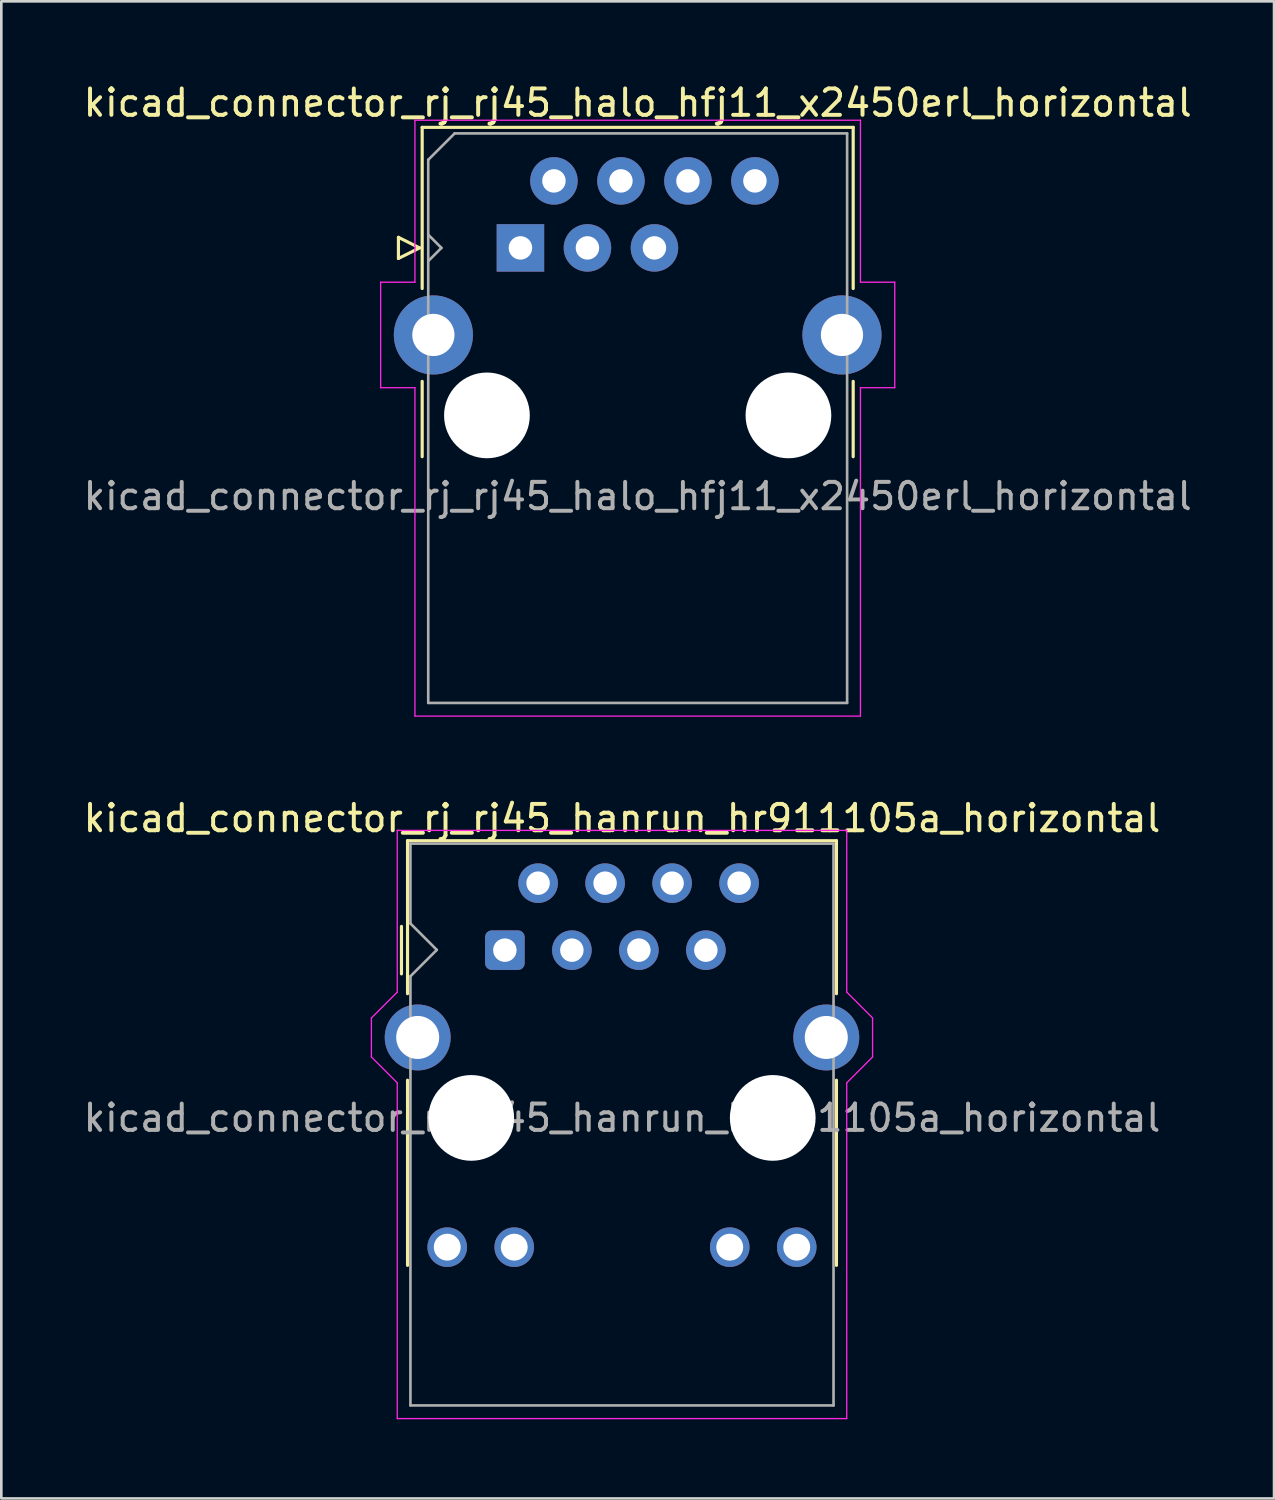
<source format=kicad_pcb>
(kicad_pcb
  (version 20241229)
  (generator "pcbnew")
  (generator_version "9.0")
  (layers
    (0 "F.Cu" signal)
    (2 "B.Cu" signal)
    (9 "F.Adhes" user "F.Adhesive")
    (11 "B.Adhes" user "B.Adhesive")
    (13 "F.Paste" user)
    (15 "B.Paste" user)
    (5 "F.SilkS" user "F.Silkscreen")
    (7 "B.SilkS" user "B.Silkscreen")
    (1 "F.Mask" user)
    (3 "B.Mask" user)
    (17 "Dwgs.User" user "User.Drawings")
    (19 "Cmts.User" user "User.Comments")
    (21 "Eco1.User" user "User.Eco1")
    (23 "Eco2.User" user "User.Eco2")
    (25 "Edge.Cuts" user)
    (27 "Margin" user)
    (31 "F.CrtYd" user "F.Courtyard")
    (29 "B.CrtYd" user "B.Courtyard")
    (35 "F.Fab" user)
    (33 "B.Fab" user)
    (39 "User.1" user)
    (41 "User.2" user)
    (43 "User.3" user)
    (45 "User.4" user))
  (footprint "kicad_connector_rj_rj45_halo_hfj11_x2450erl_horizontal"
    (layer "F.Cu")
    (at 16.68 6.348)
    (property "Reference" "kicad_connector_rj_rj45_halo_hfj11_x2450erl_horizontal" (at 4.445 -5.5 0) (layer "F.SilkS") (effects (font (size 1 1) (thickness 0.15))))
    (attr through_hole)
    (fp_line (start -4.625 -0.4) (end -4.625 0.4) (stroke (width 0.12) (type solid)) (layer "F.SilkS"))
    (fp_line (start -4.625 0.4) (end -3.825 0) (stroke (width 0.12) (type solid)) (layer "F.SilkS"))
    (fp_line (start -3.825 0) (end -4.625 -0.4) (stroke (width 0.12) (type solid)) (layer "F.SilkS"))
    (fp_line (start -3.725 -4.57) (end -3.725 1.54) (stroke (width 0.12) (type solid)) (layer "F.SilkS"))
    (fp_line (start -3.725 7.915) (end -3.725 5.06) (stroke (width 0.12) (type solid)) (layer "F.SilkS"))
    (fp_line (start 12.615 -4.57) (end -3.725 -4.57) (stroke (width 0.12) (type solid)) (layer "F.SilkS"))
    (fp_line (start 12.615 -4.57) (end 12.615 1.54) (stroke (width 0.12) (type solid)) (layer "F.SilkS"))
    (fp_line (start 12.615 7.915) (end 12.615 5.06) (stroke (width 0.12) (type solid)) (layer "F.SilkS"))
    (fp_line (start -5.3 1.3) (end -5.3 5.3) (stroke (width 0.05) (type default)) (layer "F.CrtYd"))
    (fp_line (start -5.3 5.3) (end -4 5.3) (stroke (width 0.05) (type default)) (layer "F.CrtYd"))
    (fp_line (start -4 -4.84) (end -4 1.3) (stroke (width 0.05) (type default)) (layer "F.CrtYd"))
    (fp_line (start -4 1.3) (end -5.3 1.3) (stroke (width 0.05) (type default)) (layer "F.CrtYd"))
    (fp_line (start -4 5.3) (end -4 17.75) (stroke (width 0.05) (type default)) (layer "F.CrtYd"))
    (fp_line (start -4 17.75) (end 12.89 17.75) (stroke (width 0.05) (type default)) (layer "F.CrtYd"))
    (fp_line (start 12.89 -4.84) (end -4 -4.84) (stroke (width 0.05) (type default)) (layer "F.CrtYd"))
    (fp_line (start 12.89 1.3) (end 12.89 -4.84) (stroke (width 0.05) (type default)) (layer "F.CrtYd"))
    (fp_line (start 12.89 5.3) (end 14.19 5.3) (stroke (width 0.05) (type default)) (layer "F.CrtYd"))
    (fp_line (start 12.89 17.75) (end 12.89 5.3) (stroke (width 0.05) (type default)) (layer "F.CrtYd"))
    (fp_line (start 14.19 1.3) (end 12.89 1.3) (stroke (width 0.05) (type default)) (layer "F.CrtYd"))
    (fp_line (start 14.19 5.3) (end 14.19 1.3) (stroke (width 0.05) (type default)) (layer "F.CrtYd"))
    (fp_line (start -3.495 -3.34) (end -2.495 -4.34) (stroke (width 0.1) (type default)) (layer "F.Fab"))
    (fp_line (start -3.495 0.5) (end -2.995 0) (stroke (width 0.1) (type default)) (layer "F.Fab"))
    (fp_line (start -3.495 17.25) (end -3.495 -3.34) (stroke (width 0.1) (type solid)) (layer "F.Fab"))
    (fp_line (start -2.995 0) (end -3.495 -0.5) (stroke (width 0.1) (type default)) (layer "F.Fab"))
    (fp_line (start -2.495 -4.34) (end 12.385 -4.34) (stroke (width 0.1) (type solid)) (layer "F.Fab"))
    (fp_line (start 12.385 -4.34) (end 12.385 17.25) (stroke (width 0.1) (type solid)) (layer "F.Fab"))
    (fp_line (start 12.385 17.25) (end -3.495 17.25) (stroke (width 0.1) (type solid)) (layer "F.Fab"))
    (fp_text user "${REFERENCE}" (at 4.445 10 0) (unlocked yes) (layer "F.Fab") (effects (font (size 1 1) (thickness 0.15)) (justify bottom)))
    (pad "" np_thru_hole circle (at -1.27 6.35) (size 3.25 3.25) (drill 3.25) (layers "*.Cu" "*.Mask"))
    (pad "" np_thru_hole circle (at 10.16 6.35) (size 3.25 3.25) (drill 3.25) (layers "*.Cu" "*.Mask"))
    (pad "1" thru_hole rect (at 0 0) (size 1.8 1.8) (drill 0.89) (layers "*.Cu" "*.Mask"))
    (pad "2" thru_hole circle (at 1.27 -2.54) (size 1.8 1.8) (drill 0.89) (layers "*.Cu" "*.Mask"))
    (pad "3" thru_hole circle (at 2.54 0) (size 1.8 1.8) (drill 0.89) (layers "*.Cu" "*.Mask"))
    (pad "4" thru_hole circle (at 3.81 -2.54) (size 1.8 1.8) (drill 0.89) (layers "*.Cu" "*.Mask"))
    (pad "5" thru_hole circle (at 5.08 0) (size 1.8 1.8) (drill 0.89) (layers "*.Cu" "*.Mask"))
    (pad "6" thru_hole circle (at 6.35 -2.54) (size 1.8 1.8) (drill 0.89) (layers "*.Cu" "*.Mask"))
    (pad "8" thru_hole circle (at 8.89 -2.54) (size 1.8 1.8) (drill 0.89) (layers "*.Cu" "*.Mask"))
    (pad "SH" thru_hole circle (at -3.3 3.3) (size 3 3) (drill 1.6) (layers "*.Cu" "*.Mask"))
    (pad "SH" thru_hole circle (at 12.19 3.3) (size 3 3) (drill 1.6) (layers "*.Cu" "*.Mask")))
  (footprint "kicad_connector_rj_rj45_hanrun_hr911105a_horizontal"
    (layer "F.Cu")
    (at 16.09 32.971)
    (property "Reference" "kicad_connector_rj_rj45_hanrun_hr911105a_horizontal" (at 4.44 -5 0) (layer "F.SilkS") (effects (font (size 1 1) (thickness 0.15))))
    (attr through_hole)
    (fp_line (start -3.92 -0.9) (end -3.92 0.9) (stroke (width 0.12) (type default)) (layer "F.SilkS"))
    (fp_line (start -3.69 -4.15) (end -3.69 1.65) (stroke (width 0.12) (type solid)) (layer "F.SilkS"))
    (fp_line (start -3.69 -4.15) (end 12.57 -4.15) (stroke (width 0.12) (type solid)) (layer "F.SilkS"))
    (fp_line (start -3.69 4.93) (end -3.69 11.95) (stroke (width 0.12) (type solid)) (layer "F.SilkS"))
    (fp_line (start 12.57 -4.15) (end 12.57 1.65) (stroke (width 0.12) (type solid)) (layer "F.SilkS"))
    (fp_line (start 12.57 4.93) (end 12.57 11.95) (stroke (width 0.12) (type solid)) (layer "F.SilkS"))
    (fp_line (start -5.06 2.57) (end -5.06 4.05) (stroke (width 0.05) (type solid)) (layer "F.CrtYd"))
    (fp_line (start -5.06 2.57) (end -4.08 1.59) (stroke (width 0.05) (type solid)) (layer "F.CrtYd"))
    (fp_line (start -5.06 4.05) (end -4.08 5.03) (stroke (width 0.05) (type solid)) (layer "F.CrtYd"))
    (fp_line (start -4.08 -4.54) (end -4.08 1.59) (stroke (width 0.05) (type solid)) (layer "F.CrtYd"))
    (fp_line (start -4.08 -4.54) (end 12.96 -4.54) (stroke (width 0.05) (type solid)) (layer "F.CrtYd"))
    (fp_line (start -4.08 5.03) (end -4.08 17.76) (stroke (width 0.05) (type solid)) (layer "F.CrtYd"))
    (fp_line (start -4.08 17.76) (end 12.96 17.76) (stroke (width 0.05) (type solid)) (layer "F.CrtYd"))
    (fp_line (start 12.96 -4.54) (end 12.96 1.59) (stroke (width 0.05) (type solid)) (layer "F.CrtYd"))
    (fp_line (start 12.96 5.03) (end 12.96 17.76) (stroke (width 0.05) (type solid)) (layer "F.CrtYd"))
    (fp_line (start 13.94 2.57) (end 12.96 1.59) (stroke (width 0.05) (type solid)) (layer "F.CrtYd"))
    (fp_line (start 13.94 4.05) (end 12.96 5.03) (stroke (width 0.05) (type solid)) (layer "F.CrtYd"))
    (fp_line (start 13.94 4.05) (end 13.94 2.57) (stroke (width 0.05) (type solid)) (layer "F.CrtYd"))
    (fp_line (start -3.58 -4.04) (end -3.58 -1.01) (stroke (width 0.1) (type solid)) (layer "F.Fab"))
    (fp_line (start -3.58 -4.04) (end 12.46 -4.04) (stroke (width 0.1) (type solid)) (layer "F.Fab"))
    (fp_line (start -3.58 0.99) (end -3.58 17.26) (stroke (width 0.1) (type solid)) (layer "F.Fab"))
    (fp_line (start -3.58 17.26) (end 12.46 17.26) (stroke (width 0.1) (type solid)) (layer "F.Fab"))
    (fp_line (start -2.58 -0.01) (end -3.58 -1.01) (stroke (width 0.1) (type solid)) (layer "F.Fab"))
    (fp_line (start -2.58 -0.01) (end -3.58 0.99) (stroke (width 0.1) (type solid)) (layer "F.Fab"))
    (fp_line (start 12.46 -4.04) (end 12.46 17.26) (stroke (width 0.1) (type solid)) (layer "F.Fab"))
    (fp_text user "${REFERENCE}" (at 4.44 6.36 0) (layer "F.Fab") (effects (font (size 1 1) (thickness 0.15))))
    (pad "" np_thru_hole circle (at -1.275 6.36) (size 3.25 3.25) (drill 3.25) (layers "*.Cu" "*.Mask"))
    (pad "" np_thru_hole circle (at 10.155 6.36) (size 3.25 3.25) (drill 3.25) (layers "*.Cu" "*.Mask"))
    (pad "1" thru_hole roundrect (at 0 0) (size 1.5 1.5) (drill 0.89) (layers "*.Cu" "*.Mask") (roundrect_rratio 0.167))
    (pad "2" thru_hole circle (at 1.26 -2.54) (size 1.5 1.5) (drill 0.89) (layers "*.Cu" "*.Mask"))
    (pad "3" thru_hole circle (at 2.54 0) (size 1.5 1.5) (drill 0.89) (layers "*.Cu" "*.Mask"))
    (pad "4" thru_hole circle (at 3.8 -2.54) (size 1.5 1.5) (drill 0.89) (layers "*.Cu" "*.Mask"))
    (pad "5" thru_hole circle (at 5.08 0) (size 1.5 1.5) (drill 0.89) (layers "*.Cu" "*.Mask"))
    (pad "6" thru_hole circle (at 6.34 -2.54) (size 1.5 1.5) (drill 0.89) (layers "*.Cu" "*.Mask"))
    (pad "7" thru_hole circle (at 7.62 0) (size 1.5 1.5) (drill 0.89) (layers "*.Cu" "*.Mask"))
    (pad "8" thru_hole circle (at 8.88 -2.54) (size 1.5 1.5) (drill 0.89) (layers "*.Cu" "*.Mask"))
    (pad "9" thru_hole circle (at -2.185 11.26) (size 1.5 1.5) (drill 1.02) (layers "*.Cu" "*.Mask"))
    (pad "10" thru_hole circle (at 0.355 11.26) (size 1.5 1.5) (drill 1.02) (layers "*.Cu" "*.Mask"))
    (pad "11" thru_hole circle (at 8.525 11.26) (size 1.5 1.5) (drill 1.02) (layers "*.Cu" "*.Mask"))
    (pad "12" thru_hole circle (at 11.065 11.26) (size 1.5 1.5) (drill 1.02) (layers "*.Cu" "*.Mask"))
    (pad "SH" thru_hole circle (at -3.305 3.31) (size 2.5 2.5) (drill 1.63) (layers "*.Cu" "*.Mask"))
    (pad "SH" thru_hole circle (at 12.185 3.31) (size 2.5 2.5) (drill 1.63) (layers "*.Cu" "*.Mask")))
  (gr_rect
    (start -3 -3)
    (end 45.25 53.757)
    (stroke (width 0.1) (type default))
    (fill no)
    (layer "Edge.Cuts")))
</source>
